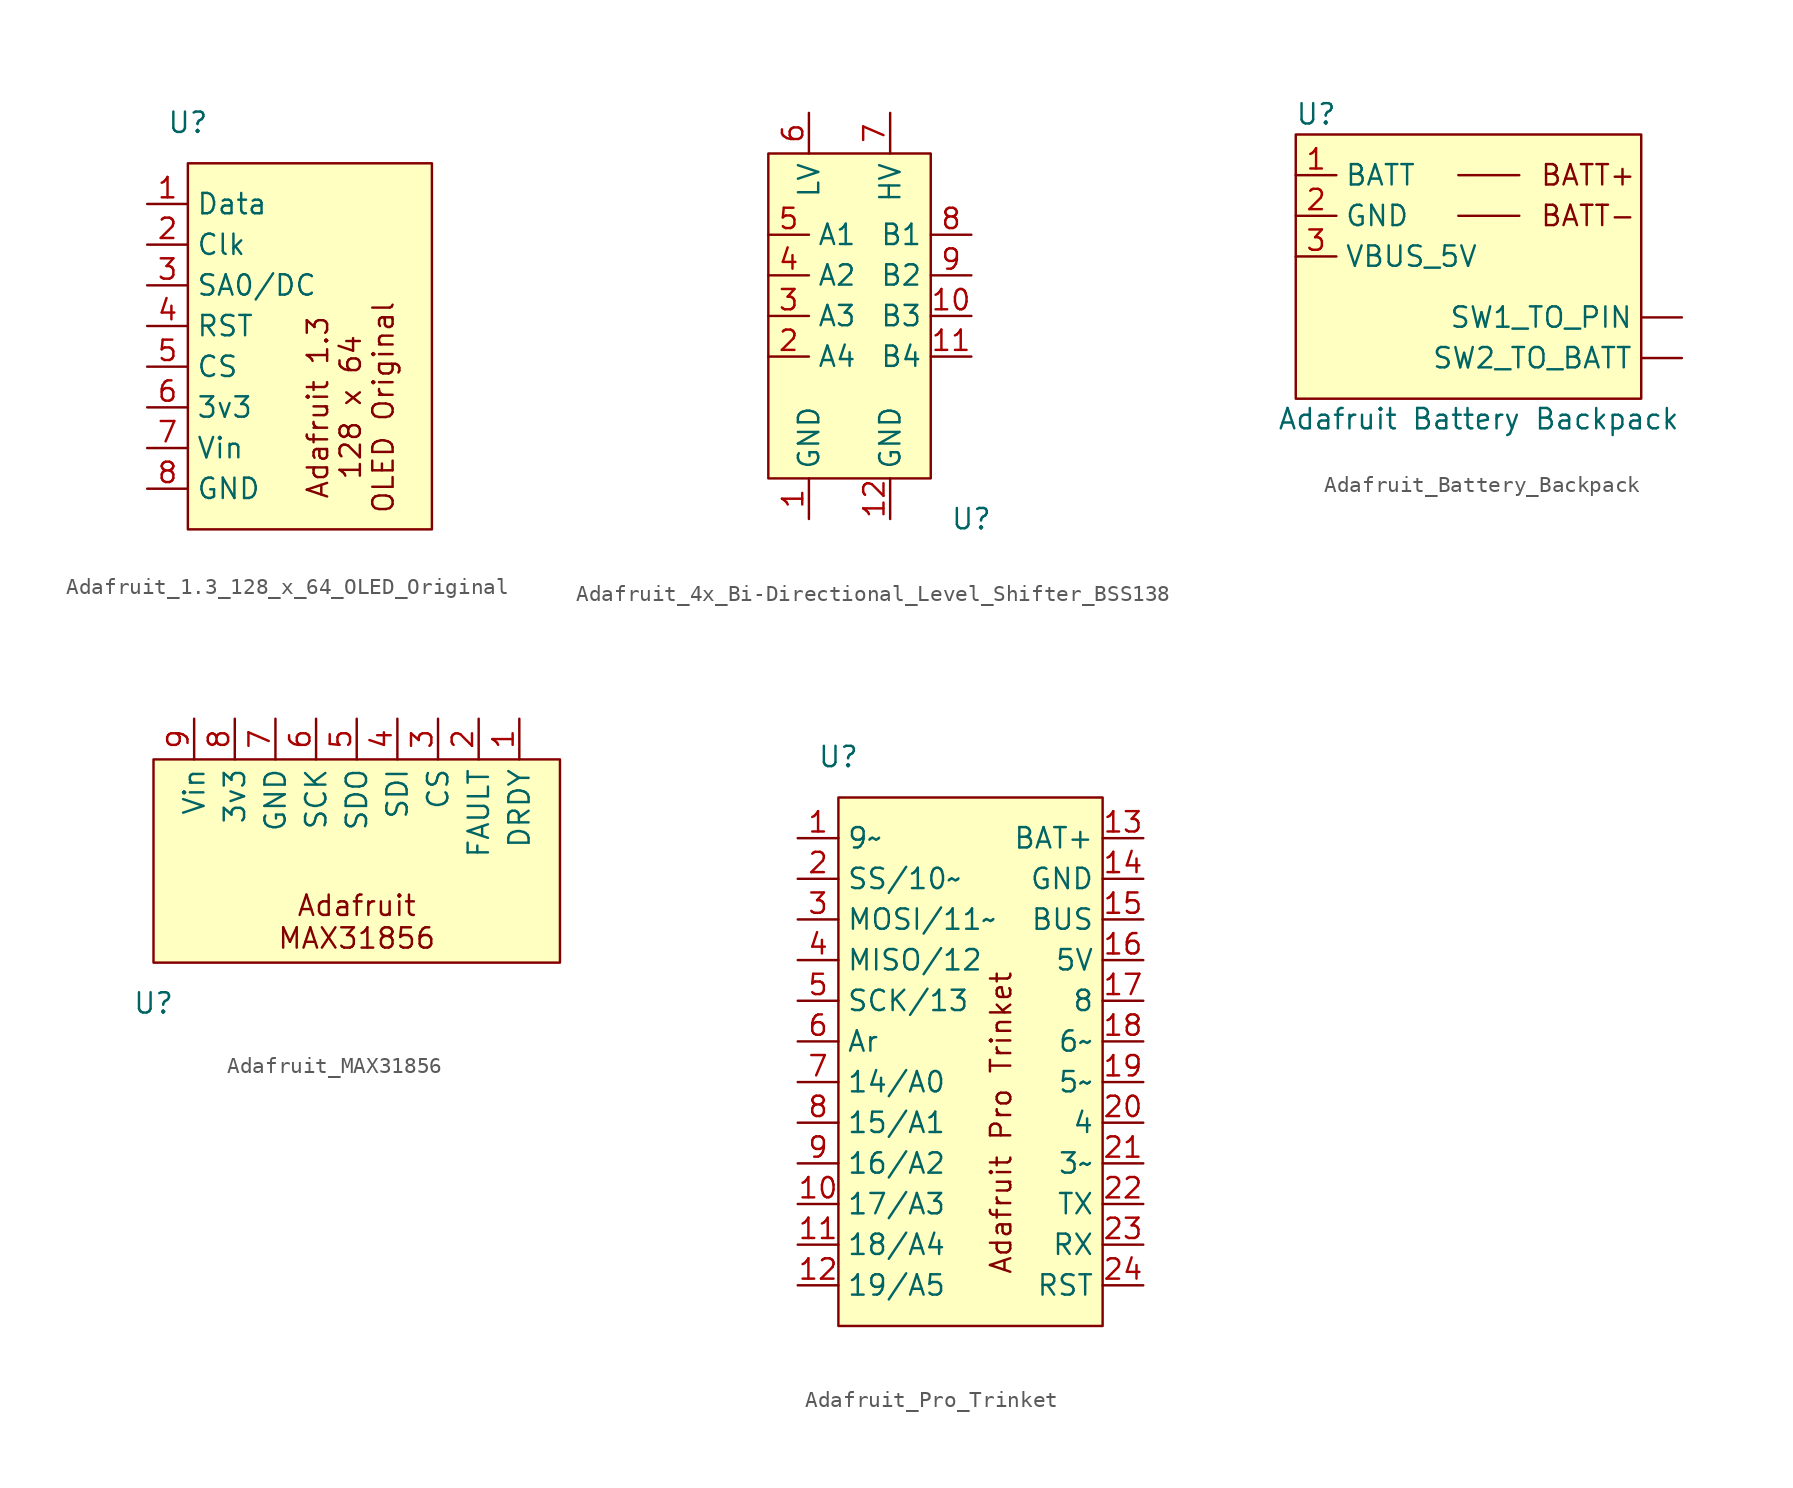
<source format=kicad_sym>
(kicad_symbol_lib
  (version 20220914)
  (generator kicad_symbol_editor)
  (symbol "Adafruit_1.3_128_x_64_OLED_Original"
    (property "Reference" "U"
      (at 2.54 2.54 0)
      (effects (font (size 1.27 1.27))))
    (property "Value" ""
      (at 0 0 0)
      (effects (font (size 1.27 1.27))))
    (symbol "Adafruit_1.3_128_x_64_OLED_Original_1_1"
      (rectangle (start 2.54 0) (end 17.78 -22.86) (stroke (width 0) (type default)) (fill (type background)))
      (text "Adafruit 1.3\n128 x 64\nOLED Original" (at 12.7 -15.24 900) (effects (font (size 1.27 1.27))))
      (pin input line (at 0 -2.54 0) (length 2.54) (name "Data" (effects (font (size 1.27 1.27)))) (number "1" (effects (font (size 1.27 1.27)))))
      (pin input line (at 0 -5.08 0) (length 2.54) (name "Clk" (effects (font (size 1.27 1.27)))) (number "2" (effects (font (size 1.27 1.27)))))
      (pin input line (at 0 -7.62 0) (length 2.54) (name "SA0/DC" (effects (font (size 1.27 1.27)))) (number "3" (effects (font (size 1.27 1.27)))))
      (pin input line (at 0 -10.16 0) (length 2.54) (name "RST" (effects (font (size 1.27 1.27)))) (number "4" (effects (font (size 1.27 1.27)))))
      (pin input line (at 0 -12.7 0) (length 2.54) (name "CS" (effects (font (size 1.27 1.27)))) (number "5" (effects (font (size 1.27 1.27)))))
      (pin passive line (at 0 -15.24 0) (length 2.54) (name "3v3" (effects (font (size 1.27 1.27)))) (number "6" (effects (font (size 1.27 1.27)))))
      (pin passive line (at 0 -17.78 0) (length 2.54) (name "Vin" (effects (font (size 1.27 1.27)))) (number "7" (effects (font (size 1.27 1.27)))))
      (pin passive line (at 0 -20.32 0) (length 2.54) (name "GND" (effects (font (size 1.27 1.27)))) (number "8" (effects (font (size 1.27 1.27)))))))
  (symbol "Adafruit_4x_Bi-Directional_Level_Shifter_BSS138"
    (property "Reference" "U"
      (at 12.7 -2.54 0)
      (effects (font (size 1.27 1.27))))
    (property "Value" ""
      (at 0 0 0)
      (effects (font (size 1.27 1.27))))
    (symbol "Adafruit_4x_Bi-Directional_Level_Shifter_BSS138_1_1"
      (rectangle (start 0 20.32) (end 10.16 0) (stroke (width 0) (type default)) (fill (type background)))
      (pin passive line (at 2.54 -2.54 90) (length 2.54) (name "GND" (effects (font (size 1.27 1.27)))) (number "1" (effects (font (size 1.27 1.27)))))
      (pin bidirectional line (at 12.7 10.16 180) (length 2.54) (name "B3" (effects (font (size 1.27 1.27)))) (number "10" (effects (font (size 1.27 1.27)))))
      (pin bidirectional line (at 12.7 7.62 180) (length 2.54) (name "B4" (effects (font (size 1.27 1.27)))) (number "11" (effects (font (size 1.27 1.27)))))
      (pin passive line (at 7.62 -2.54 90) (length 2.54) (name "GND" (effects (font (size 1.27 1.27)))) (number "12" (effects (font (size 1.27 1.27)))))
      (pin bidirectional line (at 0 7.62 0) (length 2.54) (name "A4" (effects (font (size 1.27 1.27)))) (number "2" (effects (font (size 1.27 1.27)))))
      (pin bidirectional line (at 0 10.16 0) (length 2.54) (name "A3" (effects (font (size 1.27 1.27)))) (number "3" (effects (font (size 1.27 1.27)))))
      (pin bidirectional line (at 0 12.7 0) (length 2.54) (name "A2" (effects (font (size 1.27 1.27)))) (number "4" (effects (font (size 1.27 1.27)))))
      (pin bidirectional line (at 0 15.24 0) (length 2.54) (name "A1" (effects (font (size 1.27 1.27)))) (number "5" (effects (font (size 1.27 1.27)))))
      (pin power_in line (at 2.54 22.86 270) (length 2.54) (name "LV" (effects (font (size 1.27 1.27)))) (number "6" (effects (font (size 1.27 1.27)))))
      (pin power_in line (at 7.62 22.86 270) (length 2.54) (name "HV" (effects (font (size 1.27 1.27)))) (number "7" (effects (font (size 1.27 1.27)))))
      (pin bidirectional line (at 12.7 15.24 180) (length 2.54) (name "B1" (effects (font (size 1.27 1.27)))) (number "8" (effects (font (size 1.27 1.27)))))
      (pin bidirectional line (at 12.7 12.7 180) (length 2.54) (name "B2" (effects (font (size 1.27 1.27)))) (number "9" (effects (font (size 1.27 1.27)))))))
  (symbol "Adafruit_Battery_Backpack"
    (property "Reference" "U"
      (at 1.27 1.27 0)
      (effects (font (size 1.27 1.27))))
    (property "Value" "Adafruit Battery Backpack"
      (at 11.43 -17.78 0)
      (effects (font (size 1.27 1.27))))
    (symbol "Adafruit_Battery_Backpack_0_1"
      (polyline (pts (xy 10.16 -5.08) (xy 13.97 -5.08)) (stroke (width 0) (type default)) (fill (type none)))
      (polyline (pts (xy 10.16 -2.54) (xy 13.97 -2.54)) (stroke (width 0) (type default)) (fill (type none))))
    (symbol "Adafruit_Battery_Backpack_1_1"
      (rectangle (start 0 0) (end 21.59 -16.51) (stroke (width 0) (type default)) (fill (type background)))
      (text "BATT+" (at 15.24 -2.54 0) (effects (font (size 1.27 1.27)) (justify left)))
      (text "BATT-" (at 15.24 -5.08 0) (effects (font (size 1.27 1.27)) (justify left)))
      (pin passive line (at 24.13 -11.43 180) (length 2.54) (name "SW1_TO_PIN" (effects (font (size 1.27 1.27)))) (number "" (effects (font (size 1.27 1.27)))))
      (pin passive line (at 24.13 -13.97 180) (length 2.54) (name "SW2_TO_BATT" (effects (font (size 1.27 1.27)))) (number "" (effects (font (size 1.27 1.27)))))
      (pin passive line (at 0 -2.54 0) (length 2.54) (name "BATT" (effects (font (size 1.27 1.27)))) (number "1" (effects (font (size 1.27 1.27)))))
      (pin passive line (at 0 -5.08 0) (length 2.54) (name "GND" (effects (font (size 1.27 1.27)))) (number "2" (effects (font (size 1.27 1.27)))))
      (pin passive line (at 0 -7.62 0) (length 2.54) (name "VBUS_5V" (effects (font (size 1.27 1.27)))) (number "3" (effects (font (size 1.27 1.27)))))))
  (symbol "Adafruit_MAX31856"
    (property "Reference" "U"
      (at 2.54 -12.7 0)
      (effects (font (size 1.27 1.27))))
    (property "Value" ""
      (at 0 0 0)
      (effects (font (size 1.27 1.27))))
    (symbol "Adafruit_MAX31856_1_1"
      (rectangle (start 2.54 2.54) (end 27.94 -10.16) (stroke (width 0) (type default)) (fill (type background)))
      (text "Adafruit\nMAX31856" (at 15.24 -7.62 0) (effects (font (size 1.27 1.27))))
      (pin bidirectional line (at 25.4 5.08 270) (length 2.54) (name "DRDY" (effects (font (size 1.27 1.27)))) (number "1" (effects (font (size 1.27 1.27)))))
      (pin bidirectional line (at 22.86 5.08 270) (length 2.54) (name "FAULT" (effects (font (size 1.27 1.27)))) (number "2" (effects (font (size 1.27 1.27)))))
      (pin bidirectional line (at 20.32 5.08 270) (length 2.54) (name "CS" (effects (font (size 1.27 1.27)))) (number "3" (effects (font (size 1.27 1.27)))))
      (pin bidirectional line (at 17.78 5.08 270) (length 2.54) (name "SDI" (effects (font (size 1.27 1.27)))) (number "4" (effects (font (size 1.27 1.27)))))
      (pin bidirectional line (at 15.24 5.08 270) (length 2.54) (name "SDO" (effects (font (size 1.27 1.27)))) (number "5" (effects (font (size 1.27 1.27)))))
      (pin bidirectional line (at 12.7 5.08 270) (length 2.54) (name "SCK" (effects (font (size 1.27 1.27)))) (number "6" (effects (font (size 1.27 1.27)))))
      (pin passive line (at 10.16 5.08 270) (length 2.54) (name "GND" (effects (font (size 1.27 1.27)))) (number "7" (effects (font (size 1.27 1.27)))))
      (pin passive line (at 7.62 5.08 270) (length 2.54) (name "3v3" (effects (font (size 1.27 1.27)))) (number "8" (effects (font (size 1.27 1.27)))))
      (pin passive line (at 5.08 5.08 270) (length 2.54) (name "Vin" (effects (font (size 1.27 1.27)))) (number "9" (effects (font (size 1.27 1.27)))))))
  (symbol "Adafruit_Pro_Trinket"
    (property "Reference" "U"
      (at 0 0 0)
      (effects (font (size 1.27 1.27))))
    (property "Value" ""
      (at -7.62 -17.78 0)
      (effects (font (size 1.27 1.27))))
    (symbol "Adafruit_Pro_Trinket_1_1"
      (rectangle (start 0 -2.54) (end 16.51 -35.56) (stroke (width 0) (type default)) (fill (type background)))
      (text "Adafruit Pro Trinket" (at 10.16 -22.86 900) (effects (font (size 1.27 1.27))))
      (pin bidirectional line (at -2.54 -5.08 0) (length 2.54) (name "9~" (effects (font (size 1.27 1.27)))) (number "1" (effects (font (size 1.27 1.27)))))
      (pin bidirectional line (at -2.54 -27.94 0) (length 2.54) (name "17/A3" (effects (font (size 1.27 1.27)))) (number "10" (effects (font (size 1.27 1.27)))))
      (pin bidirectional line (at -2.54 -30.48 0) (length 2.54) (name "18/A4" (effects (font (size 1.27 1.27)))) (number "11" (effects (font (size 1.27 1.27)))))
      (pin bidirectional line (at -2.54 -33.02 0) (length 2.54) (name "19/A5" (effects (font (size 1.27 1.27)))) (number "12" (effects (font (size 1.27 1.27)))))
      (pin passive line (at 19.05 -5.08 180) (length 2.54) (name "BAT+" (effects (font (size 1.27 1.27)))) (number "13" (effects (font (size 1.27 1.27)))))
      (pin passive line (at 19.05 -7.62 180) (length 2.54) (name "GND" (effects (font (size 1.27 1.27)))) (number "14" (effects (font (size 1.27 1.27)))))
      (pin passive line (at 19.05 -10.16 180) (length 2.54) (name "BUS" (effects (font (size 1.27 1.27)))) (number "15" (effects (font (size 1.27 1.27)))))
      (pin passive line (at 19.05 -12.7 180) (length 2.54) (name "5V" (effects (font (size 1.27 1.27)))) (number "16" (effects (font (size 1.27 1.27)))))
      (pin bidirectional line (at 19.05 -15.24 180) (length 2.54) (name "8" (effects (font (size 1.27 1.27)))) (number "17" (effects (font (size 1.27 1.27)))))
      (pin bidirectional line (at 19.05 -17.78 180) (length 2.54) (name "6~" (effects (font (size 1.27 1.27)))) (number "18" (effects (font (size 1.27 1.27)))))
      (pin bidirectional line (at 19.05 -20.32 180) (length 2.54) (name "5~" (effects (font (size 1.27 1.27)))) (number "19" (effects (font (size 1.27 1.27)))))
      (pin bidirectional line (at -2.54 -7.62 0) (length 2.54) (name "SS/10~" (effects (font (size 1.27 1.27)))) (number "2" (effects (font (size 1.27 1.27)))))
      (pin bidirectional line (at 19.05 -22.86 180) (length 2.54) (name "4" (effects (font (size 1.27 1.27)))) (number "20" (effects (font (size 1.27 1.27)))))
      (pin bidirectional line (at 19.05 -25.4 180) (length 2.54) (name "3~" (effects (font (size 1.27 1.27)))) (number "21" (effects (font (size 1.27 1.27)))))
      (pin bidirectional line (at 19.05 -27.94 180) (length 2.54) (name "TX" (effects (font (size 1.27 1.27)))) (number "22" (effects (font (size 1.27 1.27)))))
      (pin bidirectional line (at 19.05 -30.48 180) (length 2.54) (name "RX" (effects (font (size 1.27 1.27)))) (number "23" (effects (font (size 1.27 1.27)))))
      (pin bidirectional line (at 19.05 -33.02 180) (length 2.54) (name "RST" (effects (font (size 1.27 1.27)))) (number "24" (effects (font (size 1.27 1.27)))))
      (pin bidirectional line (at -2.54 -10.16 0) (length 2.54) (name "MOSI/11~" (effects (font (size 1.27 1.27)))) (number "3" (effects (font (size 1.27 1.27)))))
      (pin bidirectional line (at -2.54 -12.7 0) (length 2.54) (name "MISO/12" (effects (font (size 1.27 1.27)))) (number "4" (effects (font (size 1.27 1.27)))))
      (pin bidirectional line (at -2.54 -15.24 0) (length 2.54) (name "SCK/13" (effects (font (size 1.27 1.27)))) (number "5" (effects (font (size 1.27 1.27)))))
      (pin bidirectional line (at -2.54 -17.78 0) (length 2.54) (name "Ar" (effects (font (size 1.27 1.27)))) (number "6" (effects (font (size 1.27 1.27)))))
      (pin bidirectional line (at -2.54 -20.32 0) (length 2.54) (name "14/A0" (effects (font (size 1.27 1.27)))) (number "7" (effects (font (size 1.27 1.27)))))
      (pin bidirectional line (at -2.54 -22.86 0) (length 2.54) (name "15/A1" (effects (font (size 1.27 1.27)))) (number "8" (effects (font (size 1.27 1.27)))))
      (pin bidirectional line (at -2.54 -25.4 0) (length 2.54) (name "16/A2" (effects (font (size 1.27 1.27)))) (number "9" (effects (font (size 1.27 1.27))))))))
</source>
